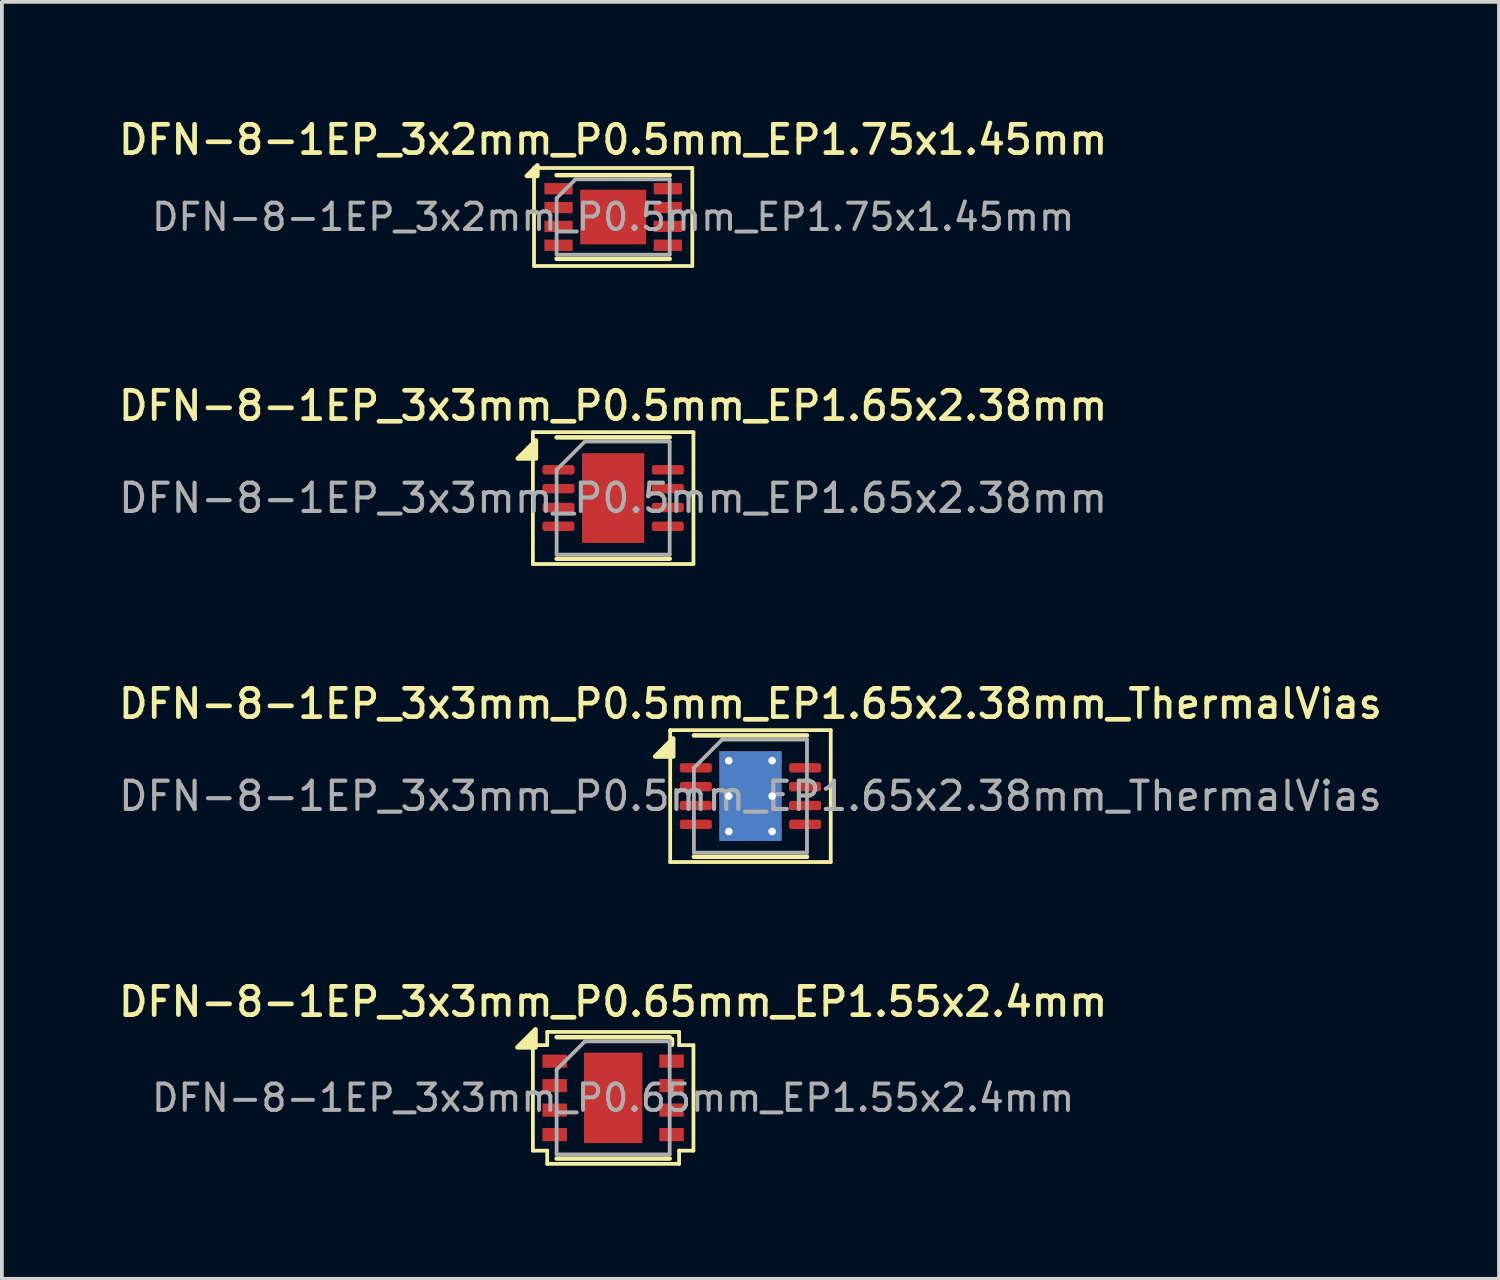
<source format=kicad_pcb>
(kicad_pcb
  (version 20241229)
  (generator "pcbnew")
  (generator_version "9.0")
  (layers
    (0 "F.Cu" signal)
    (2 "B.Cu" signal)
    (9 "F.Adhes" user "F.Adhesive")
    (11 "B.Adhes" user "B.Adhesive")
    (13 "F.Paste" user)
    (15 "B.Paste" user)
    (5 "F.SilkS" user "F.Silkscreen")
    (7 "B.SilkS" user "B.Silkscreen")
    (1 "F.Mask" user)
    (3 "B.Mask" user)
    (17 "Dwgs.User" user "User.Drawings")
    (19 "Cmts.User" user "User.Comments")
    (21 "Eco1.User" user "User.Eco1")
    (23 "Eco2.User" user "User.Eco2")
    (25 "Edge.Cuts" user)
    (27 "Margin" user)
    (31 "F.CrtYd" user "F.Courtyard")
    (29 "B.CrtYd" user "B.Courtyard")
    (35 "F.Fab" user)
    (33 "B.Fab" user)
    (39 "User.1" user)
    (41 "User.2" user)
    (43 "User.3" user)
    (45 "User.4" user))
  (footprint "DFN-8-1EP_3x3mm_P0.5mm_EP1.65x2.38mm"
    (layer "F.Cu")
    (at 13.22 10.166)
    (property "Reference" "DFN-8-1EP_3x3mm_P0.5mm_EP1.65x2.38mm" (at 0 -2.45 0) (layer "F.SilkS") (effects (font (size 0.75 0.75) (thickness 0.125))))
    (attr smd)
    (fp_line (start -2.13 -1.75) (end -2.13 1.75) (stroke (width 0.1) (type solid)) (layer "F.SilkS"))
    (fp_line (start -2.13 1.75) (end 2.13 1.75) (stroke (width 0.1) (type solid)) (layer "F.SilkS"))
    (fp_line (start -1.5 -1.61) (end 1.5 -1.61) (stroke (width 0.12) (type solid)) (layer "F.SilkS"))
    (fp_line (start -1.5 1.61) (end 1.5 1.61) (stroke (width 0.12) (type solid)) (layer "F.SilkS"))
    (fp_line (start 2.13 -1.75) (end -2.13 -1.75) (stroke (width 0.1) (type solid)) (layer "F.SilkS"))
    (fp_line (start 2.13 1.75) (end 2.13 -1.75) (stroke (width 0.1) (type solid)) (layer "F.SilkS"))
    (fp_poly (pts (xy -2.05 -1.05) (xy -2.53 -1.05) (xy -2.05 -1.53) (xy -2.05 -1.05)) (stroke (width 0.12) (type solid)) (fill yes) (layer "F.SilkS"))
    (fp_line (start -1.5 -0.75) (end -0.75 -1.5) (stroke (width 0.1) (type solid)) (layer "F.Fab"))
    (fp_line (start -1.5 1.5) (end -1.5 -0.75) (stroke (width 0.1) (type solid)) (layer "F.Fab"))
    (fp_line (start -0.75 -1.5) (end 1.5 -1.5) (stroke (width 0.1) (type solid)) (layer "F.Fab"))
    (fp_line (start 1.5 -1.5) (end 1.5 1.5) (stroke (width 0.1) (type solid)) (layer "F.Fab"))
    (fp_line (start 1.5 1.5) (end -1.5 1.5) (stroke (width 0.1) (type solid)) (layer "F.Fab"))
    (fp_text user "${REFERENCE}" (at 0 0 0) (layer "F.Fab") (effects (font (size 0.75 0.75) (thickness 0.11))))
    (pad "" smd roundrect (at 0 0) (size 1.33 1.92) (layers "F.Paste") (roundrect_rratio 0.188))
    (pad "1" smd roundrect (at -1.45 -0.75) (size 0.85 0.25) (layers "F.Cu" "F.Mask" "F.Paste") (roundrect_rratio 0.25))
    (pad "2" smd roundrect (at -1.45 -0.25) (size 0.85 0.25) (layers "F.Cu" "F.Mask" "F.Paste") (roundrect_rratio 0.25))
    (pad "3" smd roundrect (at -1.45 0.25) (size 0.85 0.25) (layers "F.Cu" "F.Mask" "F.Paste") (roundrect_rratio 0.25))
    (pad "4" smd roundrect (at -1.45 0.75) (size 0.85 0.25) (layers "F.Cu" "F.Mask" "F.Paste") (roundrect_rratio 0.25))
    (pad "5" smd roundrect (at 1.45 0.75) (size 0.85 0.25) (layers "F.Cu" "F.Mask" "F.Paste") (roundrect_rratio 0.25))
    (pad "6" smd roundrect (at 1.45 0.25) (size 0.85 0.25) (layers "F.Cu" "F.Mask" "F.Paste") (roundrect_rratio 0.25))
    (pad "7" smd roundrect (at 1.45 -0.25) (size 0.85 0.25) (layers "F.Cu" "F.Mask" "F.Paste") (roundrect_rratio 0.25))
    (pad "8" smd roundrect (at 1.45 -0.75) (size 0.85 0.25) (layers "F.Cu" "F.Mask" "F.Paste") (roundrect_rratio 0.25))
    (pad "9" smd rect (at 0 0) (size 1.65 2.38) (property pad_prop_heatsink) (layers "F.Cu" "F.Mask")))
  (footprint "DFN-8-1EP_3x3mm_P0.65mm_EP1.55x2.4mm"
    (layer "F.Cu")
    (at 13.22 26.082)
    (property "Reference" "DFN-8-1EP_3x3mm_P0.65mm_EP1.55x2.4mm" (at 0 -2.55 0) (layer "F.SilkS") (effects (font (size 0.75 0.75) (thickness 0.125))))
    (attr smd)
    (fp_line (start -2.13 -1.4) (end -2.13 1.4) (stroke (width 0.1) (type solid)) (layer "F.SilkS"))
    (fp_line (start -1.75 -1.75) (end -1.75 -1.4) (stroke (width 0.1) (type solid)) (layer "F.SilkS"))
    (fp_line (start -1.75 -1.75) (end 1.75 -1.75) (stroke (width 0.1) (type solid)) (layer "F.SilkS"))
    (fp_line (start -1.75 -1.4) (end -2.13 -1.4) (stroke (width 0.1) (type solid)) (layer "F.SilkS"))
    (fp_line (start -1.75 1.4) (end -2.13 1.4) (stroke (width 0.1) (type solid)) (layer "F.SilkS"))
    (fp_line (start -1.75 1.75) (end -1.75 1.4) (stroke (width 0.1) (type solid)) (layer "F.SilkS"))
    (fp_line (start -1.75 1.75) (end 1.75 1.75) (stroke (width 0.1) (type solid)) (layer "F.SilkS"))
    (fp_line (start -1.5 -1.61) (end 1.5 -1.61) (stroke (width 0.12) (type solid)) (layer "F.SilkS"))
    (fp_line (start -1.5 1.61) (end 1.5 1.61) (stroke (width 0.12) (type solid)) (layer "F.SilkS"))
    (fp_line (start 1.56 -1.56) (end 1.56 -1.41) (stroke (width 0.12) (type solid)) (layer "F.SilkS"))
    (fp_line (start 1.75 -1.75) (end 1.75 -1.4) (stroke (width 0.1) (type solid)) (layer "F.SilkS"))
    (fp_line (start 1.75 -1.4) (end 2.13 -1.4) (stroke (width 0.1) (type solid)) (layer "F.SilkS"))
    (fp_line (start 1.75 1.4) (end 2.13 1.4) (stroke (width 0.1) (type solid)) (layer "F.SilkS"))
    (fp_line (start 1.75 1.75) (end 1.75 1.4) (stroke (width 0.1) (type solid)) (layer "F.SilkS"))
    (fp_line (start 2.13 -1.4) (end 2.13 1.4) (stroke (width 0.1) (type solid)) (layer "F.SilkS"))
    (fp_poly (pts (xy -2.06 -1.34) (xy -2.54 -1.34) (xy -2.06 -1.82) (xy -2.06 -1.34)) (stroke (width 0.12) (type solid)) (fill yes) (layer "F.SilkS"))
    (fp_line (start -1.5 -0.75) (end -0.75 -1.5) (stroke (width 0.1) (type solid)) (layer "F.Fab"))
    (fp_line (start -1.5 1.5) (end -1.5 -0.75) (stroke (width 0.1) (type solid)) (layer "F.Fab"))
    (fp_line (start -0.75 -1.5) (end 1.5 -1.5) (stroke (width 0.1) (type solid)) (layer "F.Fab"))
    (fp_line (start 1.5 -1.5) (end 1.5 1.5) (stroke (width 0.1) (type solid)) (layer "F.Fab"))
    (fp_line (start 1.5 1.5) (end -1.5 1.5) (stroke (width 0.1) (type solid)) (layer "F.Fab"))
    (fp_text user "${REFERENCE}" (at 0 0 0) (layer "F.Fab") (effects (font (size 0.7 0.7) (thickness 0.105))))
    (pad "" smd rect (at -0.388 -0.6) (size 0.6 1) (layers "F.Paste"))
    (pad "" smd rect (at -0.388 0.6) (size 0.6 1) (layers "F.Paste"))
    (pad "" smd rect (at 0.388 -0.6) (size 0.6 1) (layers "F.Paste"))
    (pad "" smd rect (at 0.388 0.6) (size 0.6 1) (layers "F.Paste"))
    (pad "1" smd rect (at -1.55 -0.975) (size 0.65 0.35) (layers "F.Cu" "F.Mask" "F.Paste"))
    (pad "2" smd rect (at -1.55 -0.325) (size 0.65 0.35) (layers "F.Cu" "F.Mask" "F.Paste"))
    (pad "3" smd rect (at -1.55 0.325) (size 0.65 0.35) (layers "F.Cu" "F.Mask" "F.Paste"))
    (pad "4" smd rect (at -1.55 0.975) (size 0.65 0.35) (layers "F.Cu" "F.Mask" "F.Paste"))
    (pad "5" smd rect (at 1.55 0.975) (size 0.65 0.35) (layers "F.Cu" "F.Mask" "F.Paste"))
    (pad "6" smd rect (at 1.55 0.325) (size 0.65 0.35) (layers "F.Cu" "F.Mask" "F.Paste"))
    (pad "7" smd rect (at 1.55 -0.325) (size 0.65 0.35) (layers "F.Cu" "F.Mask" "F.Paste"))
    (pad "8" smd rect (at 1.55 -0.975) (size 0.65 0.35) (layers "F.Cu" "F.Mask" "F.Paste"))
    (pad "9" smd rect (at 0 0) (size 1.55 2.4) (layers "F.Cu" "F.Mask")))
  (footprint "DFN-8-1EP_3x3mm_P0.5mm_EP1.65x2.38mm_ThermalVias"
    (layer "F.Cu")
    (at 16.863 18.074)
    (property "Reference" "DFN-8-1EP_3x3mm_P0.5mm_EP1.65x2.38mm_ThermalVias" (at 0 -2.45 0) (layer "F.SilkS") (effects (font (size 0.75 0.75) (thickness 0.125))))
    (attr smd)
    (fp_line (start -2.13 -1.75) (end -2.13 1.75) (stroke (width 0.1) (type solid)) (layer "F.SilkS"))
    (fp_line (start -2.13 1.75) (end 2.13 1.75) (stroke (width 0.1) (type solid)) (layer "F.SilkS"))
    (fp_line (start -1.5 -1.61) (end 1.5 -1.61) (stroke (width 0.12) (type solid)) (layer "F.SilkS"))
    (fp_line (start -1.5 1.61) (end 1.5 1.61) (stroke (width 0.12) (type solid)) (layer "F.SilkS"))
    (fp_line (start 2.13 -1.75) (end -2.13 -1.75) (stroke (width 0.1) (type solid)) (layer "F.SilkS"))
    (fp_line (start 2.13 1.75) (end 2.13 -1.75) (stroke (width 0.1) (type solid)) (layer "F.SilkS"))
    (fp_poly (pts (xy -2.05 -1.05) (xy -2.53 -1.05) (xy -2.05 -1.53) (xy -2.05 -1.05)) (stroke (width 0.12) (type solid)) (fill yes) (layer "F.SilkS"))
    (fp_line (start -1.5 -0.75) (end -0.75 -1.5) (stroke (width 0.1) (type solid)) (layer "F.Fab"))
    (fp_line (start -1.5 1.5) (end -1.5 -0.75) (stroke (width 0.1) (type solid)) (layer "F.Fab"))
    (fp_line (start -0.75 -1.5) (end 1.5 -1.5) (stroke (width 0.1) (type solid)) (layer "F.Fab"))
    (fp_line (start 1.5 -1.5) (end 1.5 1.5) (stroke (width 0.1) (type solid)) (layer "F.Fab"))
    (fp_line (start 1.5 1.5) (end -1.5 1.5) (stroke (width 0.1) (type solid)) (layer "F.Fab"))
    (fp_text user "${REFERENCE}" (at 0 0 0) (layer "F.Fab") (effects (font (size 0.75 0.75) (thickness 0.11))))
    (pad "" smd roundrect (at -0.41 -0.595) (size 0.67 0.96) (layers "F.Paste") (roundrect_rratio 0.25))
    (pad "" smd roundrect (at -0.41 0.595) (size 0.67 0.96) (layers "F.Paste") (roundrect_rratio 0.25))
    (pad "" smd roundrect (at 0.41 -0.595) (size 0.67 0.96) (layers "F.Paste") (roundrect_rratio 0.25))
    (pad "" smd roundrect (at 0.41 0.595) (size 0.67 0.96) (layers "F.Paste") (roundrect_rratio 0.25))
    (pad "1" smd roundrect (at -1.45 -0.75) (size 0.85 0.25) (layers "F.Cu" "F.Mask" "F.Paste") (roundrect_rratio 0.25))
    (pad "2" smd roundrect (at -1.45 -0.25) (size 0.85 0.25) (layers "F.Cu" "F.Mask" "F.Paste") (roundrect_rratio 0.25))
    (pad "3" smd roundrect (at -1.45 0.25) (size 0.85 0.25) (layers "F.Cu" "F.Mask" "F.Paste") (roundrect_rratio 0.25))
    (pad "4" smd roundrect (at -1.45 0.75) (size 0.85 0.25) (layers "F.Cu" "F.Mask" "F.Paste") (roundrect_rratio 0.25))
    (pad "5" smd roundrect (at 1.45 0.75) (size 0.85 0.25) (layers "F.Cu" "F.Mask" "F.Paste") (roundrect_rratio 0.25))
    (pad "6" smd roundrect (at 1.45 0.25) (size 0.85 0.25) (layers "F.Cu" "F.Mask" "F.Paste") (roundrect_rratio 0.25))
    (pad "7" smd roundrect (at 1.45 -0.25) (size 0.85 0.25) (layers "F.Cu" "F.Mask" "F.Paste") (roundrect_rratio 0.25))
    (pad "8" smd roundrect (at 1.45 -0.75) (size 0.85 0.25) (layers "F.Cu" "F.Mask" "F.Paste") (roundrect_rratio 0.25))
    (pad "9" thru_hole circle (at -0.575 -0.94) (size 0.5 0.5) (drill 0.2) (property pad_prop_heatsink) (layers "*.Cu"))
    (pad "9" thru_hole circle (at -0.575 0) (size 0.5 0.5) (drill 0.2) (property pad_prop_heatsink) (layers "*.Cu"))
    (pad "9" thru_hole circle (at -0.575 0.94) (size 0.5 0.5) (drill 0.2) (property pad_prop_heatsink) (layers "*.Cu"))
    (pad "9" smd rect (at 0 0) (size 1.65 2.38) (property pad_prop_heatsink) (layers "F.Cu" "F.Mask"))
    (pad "9" smd rect (at 0 0) (size 1.65 2.38) (property pad_prop_heatsink) (layers "B.Cu"))
    (pad "9" thru_hole circle (at 0.575 -0.94) (size 0.5 0.5) (drill 0.2) (property pad_prop_heatsink) (layers "*.Cu"))
    (pad "9" thru_hole circle (at 0.575 0) (size 0.5 0.5) (drill 0.2) (property pad_prop_heatsink) (layers "*.Cu"))
    (pad "9" thru_hole circle (at 0.575 0.94) (size 0.5 0.5) (drill 0.2) (property pad_prop_heatsink) (layers "*.Cu")))
  (footprint "DFN-8-1EP_3x2mm_P0.5mm_EP1.75x1.45mm"
    (layer "F.Cu")
    (at 13.22 2.708)
    (property "Reference" "DFN-8-1EP_3x2mm_P0.5mm_EP1.75x1.45mm" (at 0 -2.05 0) (layer "F.SilkS") (effects (font (size 0.75 0.75) (thickness 0.125))))
    (attr smd)
    (fp_line (start -2.1 -1.3) (end -2.1 1.3) (stroke (width 0.1) (type solid)) (layer "F.SilkS"))
    (fp_line (start -2.1 -1.3) (end 2.1 -1.3) (stroke (width 0.1) (type solid)) (layer "F.SilkS"))
    (fp_line (start -2.1 1.3) (end 2.1 1.3) (stroke (width 0.1) (type solid)) (layer "F.SilkS"))
    (fp_line (start -1.5 -1.11) (end 1.5 -1.11) (stroke (width 0.12) (type solid)) (layer "F.SilkS"))
    (fp_line (start -1.5 1.11) (end 1.5 1.11) (stroke (width 0.12) (type solid)) (layer "F.SilkS"))
    (fp_line (start 2.1 -1.3) (end 2.1 1.3) (stroke (width 0.1) (type solid)) (layer "F.SilkS"))
    (fp_poly (pts (xy -2.01 -1.09) (xy -2.29 -1.09) (xy -2.01 -1.37) (xy -2.01 -1.09)) (stroke (width 0.12) (type solid)) (fill yes) (layer "F.SilkS"))
    (fp_line (start -1.5 -0.5) (end -1 -1) (stroke (width 0.1) (type solid)) (layer "F.Fab"))
    (fp_line (start -1.5 1) (end -1.5 -0.5) (stroke (width 0.1) (type solid)) (layer "F.Fab"))
    (fp_line (start -1 -1) (end 1.5 -1) (stroke (width 0.1) (type solid)) (layer "F.Fab"))
    (fp_line (start 1.5 -1) (end 1.5 1) (stroke (width 0.1) (type solid)) (layer "F.Fab"))
    (fp_line (start 1.5 1) (end -1.5 1) (stroke (width 0.1) (type solid)) (layer "F.Fab"))
    (fp_text user "${REFERENCE}" (at 0 0 0) (layer "F.Fab") (effects (font (size 0.7 0.7) (thickness 0.105))))
    (pad "" smd rect (at -0.438 -0.362) (size 0.71 0.58) (layers "F.Paste"))
    (pad "" smd rect (at -0.438 0.362) (size 0.71 0.58) (layers "F.Paste"))
    (pad "" smd rect (at 0.438 -0.362) (size 0.71 0.58) (layers "F.Paste"))
    (pad "" smd rect (at 0.438 0.362) (size 0.71 0.58) (layers "F.Paste"))
    (pad "1" smd rect (at -1.45 -0.75) (size 0.75 0.3) (layers "F.Cu" "F.Mask" "F.Paste"))
    (pad "2" smd rect (at -1.45 -0.25) (size 0.75 0.3) (layers "F.Cu" "F.Mask" "F.Paste"))
    (pad "3" smd rect (at -1.45 0.25) (size 0.75 0.3) (layers "F.Cu" "F.Mask" "F.Paste"))
    (pad "4" smd rect (at -1.45 0.75) (size 0.75 0.3) (layers "F.Cu" "F.Mask" "F.Paste"))
    (pad "5" smd rect (at 1.45 0.75) (size 0.75 0.3) (layers "F.Cu" "F.Mask" "F.Paste"))
    (pad "6" smd rect (at 1.45 0.25) (size 0.75 0.3) (layers "F.Cu" "F.Mask" "F.Paste"))
    (pad "7" smd rect (at 1.45 -0.25) (size 0.75 0.3) (layers "F.Cu" "F.Mask" "F.Paste"))
    (pad "8" smd rect (at 1.45 -0.75) (size 0.75 0.3) (layers "F.Cu" "F.Mask" "F.Paste"))
    (pad "9" smd rect (at 0 0) (size 1.75 1.45) (layers "F.Cu" "F.Mask")))
  (gr_rect
    (start -3 -3)
    (end 36.725 30.883)
    (stroke (width 0.1) (type default))
    (fill no)
    (layer "Edge.Cuts")))
</source>
